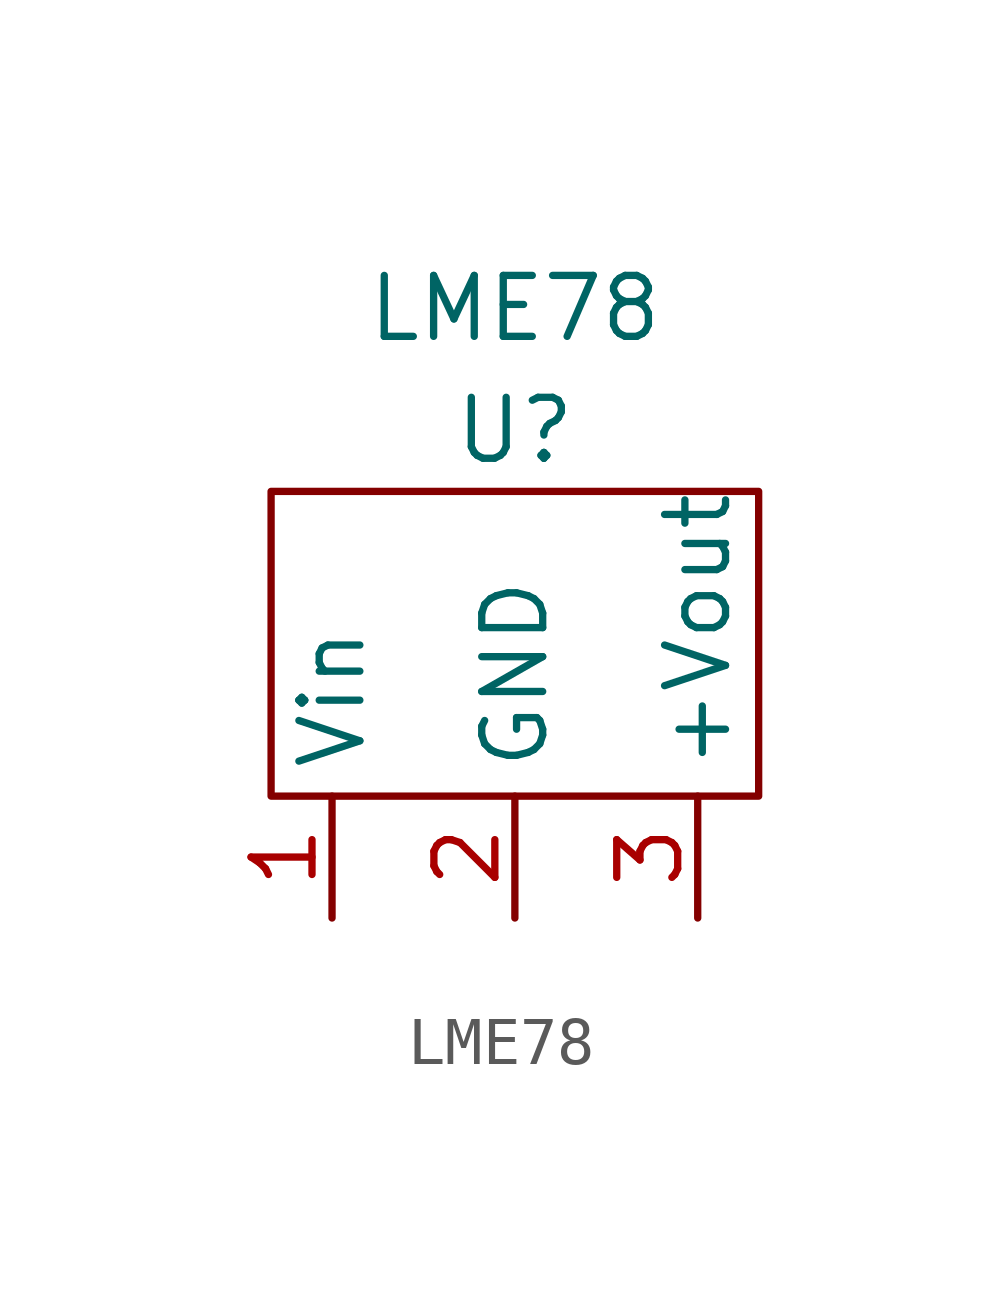
<source format=kicad_sym>
(kicad_symbol_lib
  (version 20211014)
  (generator kicad_symbol_editor)
  (symbol "LME78"
    (power)
    (property "Reference" "U"
      (at 0 3.81 0)
      (effects (font (size 1.27 1.27))))
    (property "Value" "LME78"
      (at 0 6.35 0)
      (effects (font (size 1.27 1.27))))
    (symbol "LME78_0_1"
      (rectangle (start -5.08 2.54) (end 5.08 -3.81) (stroke (width 0) (type default) (color 0 0 0 0)) (fill (type none))))
    (symbol "LME78_1_1"
      (pin input line (at -3.81 -6.35 90) (length 2.54) (name "Vin" (effects (font (size 1.27 1.27)))) (number "1" (effects (font (size 1.27 1.27)))))
      (pin unspecified line (at 0 -6.35 90) (length 2.54) (name "GND" (effects (font (size 1.27 1.27)))) (number "2" (effects (font (size 1.27 1.27)))))
      (pin output line (at 3.81 -6.35 90) (length 2.54) (name "+Vout" (effects (font (size 1.27 1.27)))) (number "3" (effects (font (size 1.27 1.27))))))))
</source>
